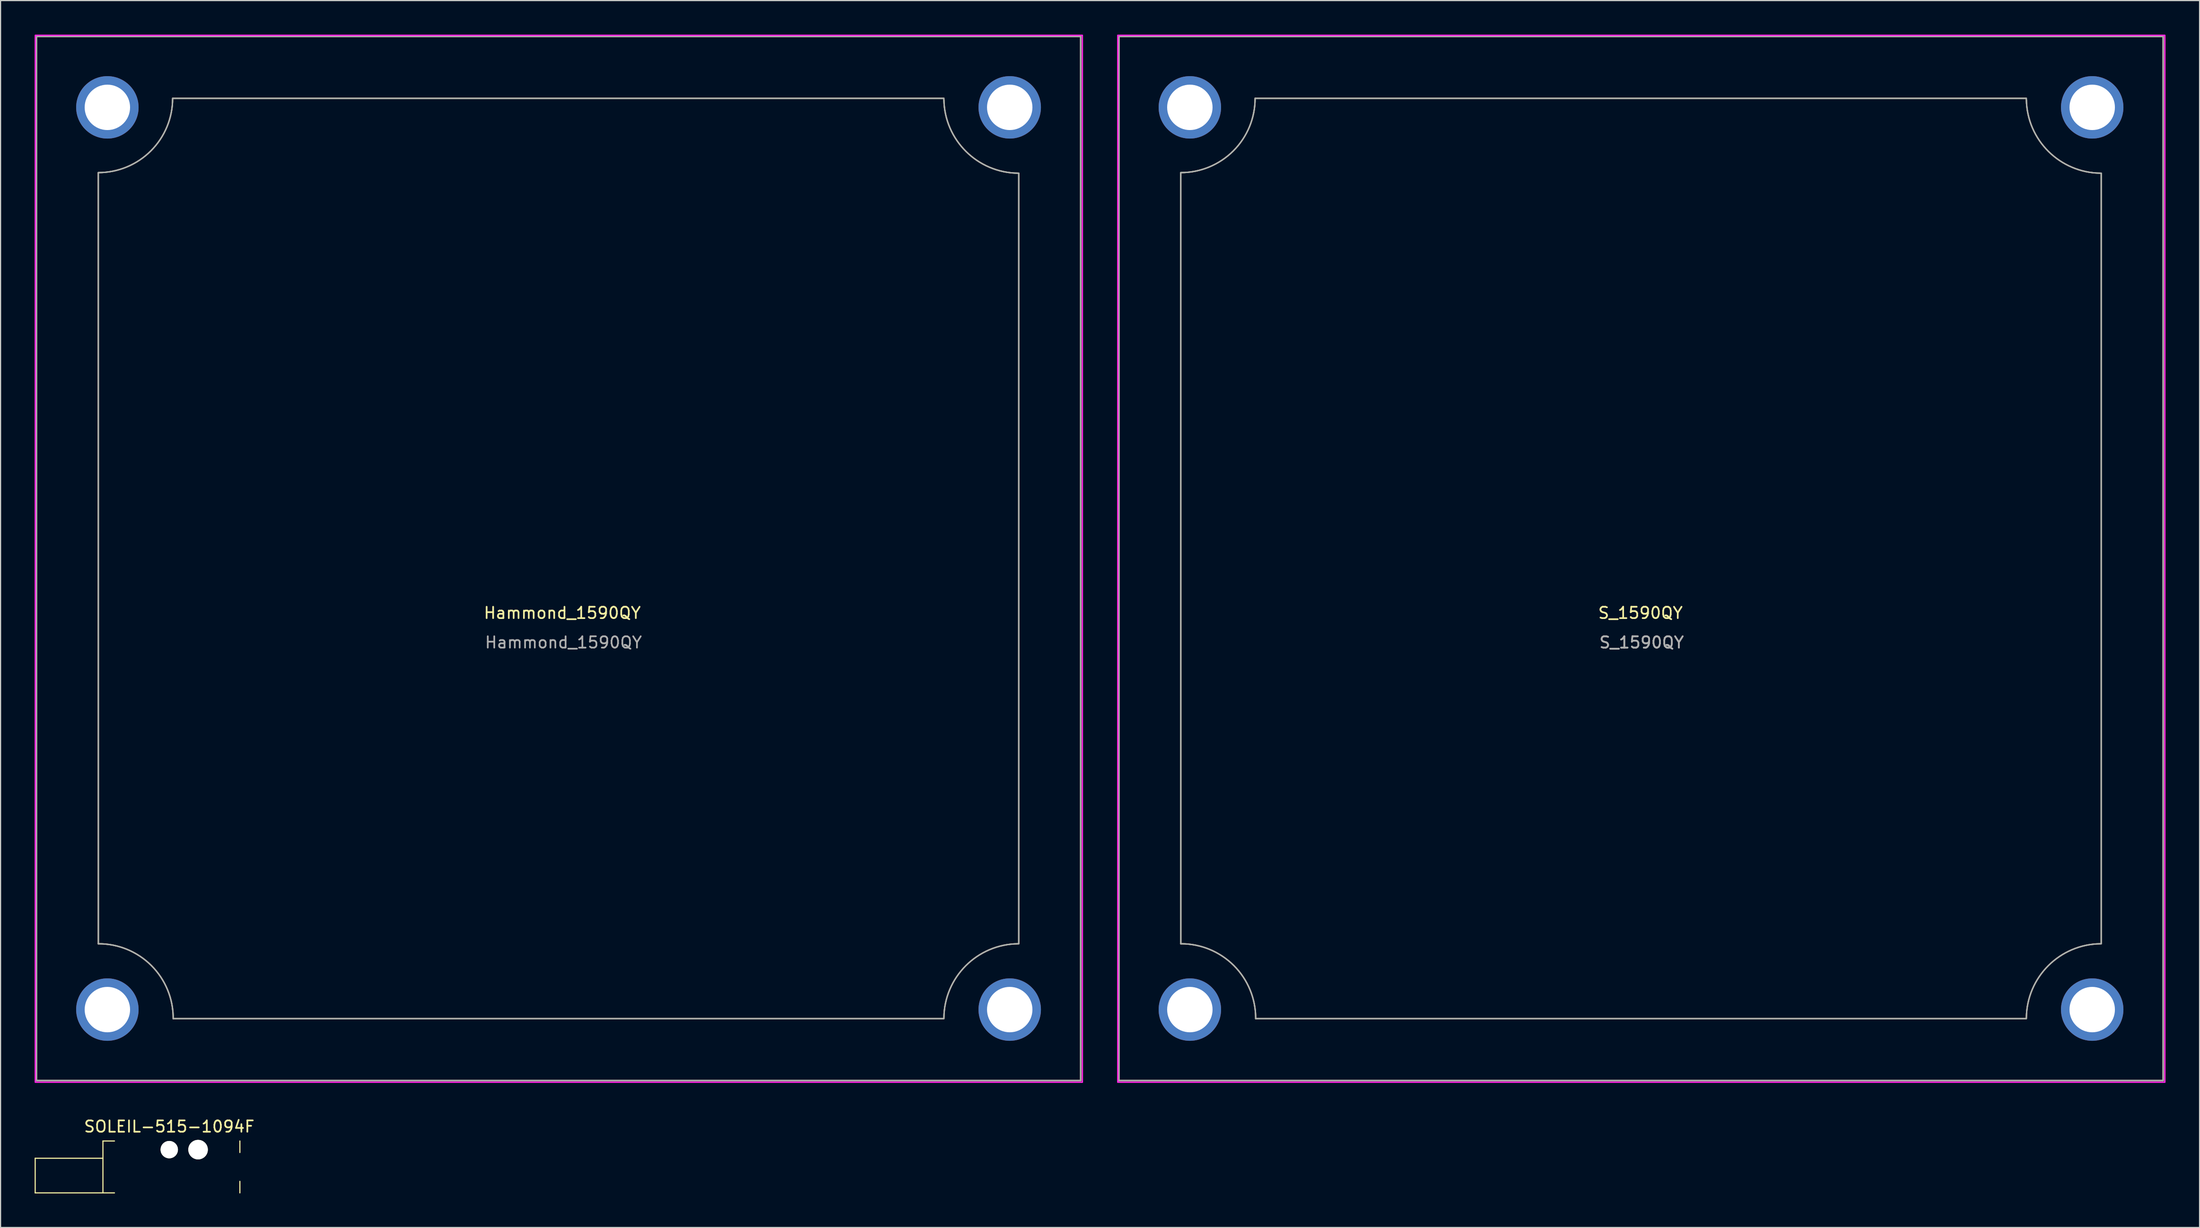
<source format=kicad_pcb>
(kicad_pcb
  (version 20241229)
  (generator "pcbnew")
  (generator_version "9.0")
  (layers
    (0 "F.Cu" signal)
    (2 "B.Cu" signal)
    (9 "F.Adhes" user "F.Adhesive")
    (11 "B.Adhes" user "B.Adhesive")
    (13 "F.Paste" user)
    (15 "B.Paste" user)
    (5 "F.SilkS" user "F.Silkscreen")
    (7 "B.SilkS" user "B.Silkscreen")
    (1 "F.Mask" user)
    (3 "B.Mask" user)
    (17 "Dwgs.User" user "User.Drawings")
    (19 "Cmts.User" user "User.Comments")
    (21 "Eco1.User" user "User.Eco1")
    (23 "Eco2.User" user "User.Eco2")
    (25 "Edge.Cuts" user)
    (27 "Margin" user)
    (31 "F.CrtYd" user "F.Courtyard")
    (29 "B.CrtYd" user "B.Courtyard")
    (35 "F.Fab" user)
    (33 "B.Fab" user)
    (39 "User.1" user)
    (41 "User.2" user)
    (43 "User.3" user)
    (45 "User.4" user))
  (footprint " Hammond_1590QY"
    (layer "F.Cu")
    (at 46.16 46.16)
    (property "Reference" " Hammond_1590QY" (at -0.05 4.8 0) (layer "F.SilkS") (effects (font (size 1 1) (thickness 0.15))))
    (attr through_hole)
    (fp_line (start -46 -46) (end -46 46) (stroke (width 0.12) (type solid)) (layer "F.SilkS"))
    (fp_line (start -46 -46) (end 46 -46) (stroke (width 0.12) (type solid)) (layer "F.SilkS"))
    (fp_line (start -40.55 -33.95) (end -40.545 33.95) (stroke (width 0.12) (type solid)) (layer "F.SilkS"))
    (fp_line (start -33.95 -40.545) (end 33.95 -40.545) (stroke (width 0.12) (type solid)) (layer "F.SilkS"))
    (fp_line (start 33.95 40.545) (end -33.95 40.545) (stroke (width 0.12) (type solid)) (layer "F.SilkS"))
    (fp_line (start 40.545 -33.95) (end 40.545 33.95) (stroke (width 0.12) (type solid)) (layer "F.SilkS"))
    (fp_line (start 46 46) (end -46 46) (stroke (width 0.12) (type solid)) (layer "F.SilkS"))
    (fp_line (start 46 46) (end 46 -46) (stroke (width 0.12) (type solid)) (layer "F.SilkS"))
    (fp_arc (start -40.545 33.95) (mid -35.872245 35.872245) (end -33.95 40.545) (stroke (width 0.12) (type solid)) (layer "F.SilkS"))
    (fp_arc (start -34.000001 -40.55) (mid -35.916985 -35.916985) (end -40.55 -34.000001) (stroke (width 0.12) (type solid)) (layer "F.SilkS"))
    (fp_arc (start 33.950001 40.5) (mid 35.881523 35.881523) (end 40.5 33.950001) (stroke (width 0.12) (type solid)) (layer "F.SilkS"))
    (fp_arc (start 40.499307 -33.949929) (mid 35.898771 -35.864039) (end 33.95 -40.45) (stroke (width 0.12) (type solid)) (layer "F.SilkS"))
    (fp_rect (start -46.1 -46.1) (end 46.15 46.15) (stroke (width 0.12) (type solid)) (fill no) (layer "F.CrtYd"))
    (fp_line (start -46 -46) (end -46 46) (stroke (width 0.12) (type solid)) (layer "F.Fab"))
    (fp_line (start -46 -46) (end 46 -46) (stroke (width 0.12) (type solid)) (layer "F.Fab"))
    (fp_line (start -40.55 -33.95) (end -40.545 33.95) (stroke (width 0.12) (type solid)) (layer "F.Fab"))
    (fp_line (start -33.95 -40.545) (end 33.95 -40.545) (stroke (width 0.12) (type solid)) (layer "F.Fab"))
    (fp_line (start 33.95 40.545) (end -33.95 40.545) (stroke (width 0.12) (type solid)) (layer "F.Fab"))
    (fp_line (start 40.545 -33.95) (end 40.545 33.95) (stroke (width 0.12) (type solid)) (layer "F.Fab"))
    (fp_line (start 46 46) (end -46 46) (stroke (width 0.12) (type solid)) (layer "F.Fab"))
    (fp_line (start 46 46) (end 46 -46) (stroke (width 0.12) (type solid)) (layer "F.Fab"))
    (fp_arc (start -40.545 33.95) (mid -35.871506 35.871506) (end -33.95 40.545) (stroke (width 0.12) (type solid)) (layer "F.Fab"))
    (fp_arc (start -34.000001 -40.55) (mid -35.916776 -35.916778) (end -40.549998 -34.000003) (stroke (width 0.12) (type solid)) (layer "F.Fab"))
    (fp_arc (start 33.950001 40.5) (mid 35.881825 35.881827) (end 40.499998 33.950003) (stroke (width 0.12) (type solid)) (layer "F.Fab"))
    (fp_arc (start 40.499306 -33.949927) (mid 35.898338 -35.863602) (end 33.95 -40.45) (stroke (width 0.12) (type solid)) (layer "F.Fab"))
    (fp_text user "${REFERENCE}" (at 0.05 7.4 0) (layer "F.Fab") (effects (font (size 1 1) (thickness 0.15))))
    (pad "1" thru_hole circle (at -39.75 -39.75) (size 5.5 5.5) (drill 4) (layers "*.Cu" "*.Mask"))
    (pad "2" thru_hole circle (at -39.75 39.75) (size 5.5 5.5) (drill 4) (layers "*.Cu" "*.Mask"))
    (pad "3" thru_hole circle (at 39.75 39.75) (size 5.5 5.5) (drill 4) (layers "*.Cu" "*.Mask"))
    (pad "4" thru_hole circle (at 39.75 -39.75) (size 5.5 5.5) (drill 4) (layers "*.Cu" "*.Mask")))
  (footprint "SOLEIL-515-1094F"
    (layer "F.Cu")
    (at 11.861 98.25)
    (property "Reference" "SOLEIL-515-1094F" (at 0 -2.032 0) (layer "F.SilkS") (effects (font (size 1 1) (thickness 0.15))))
    (attr through_hole)
    (fp_line (start -11.811 0.762) (end -5.842 0.762) (stroke (width 0.1) (type solid)) (layer "F.SilkS"))
    (fp_line (start -11.811 3.81) (end -11.811 0.762) (stroke (width 0.1) (type solid)) (layer "F.SilkS"))
    (fp_line (start -11.811 3.81) (end -4.826 3.81) (stroke (width 0.1) (type solid)) (layer "F.SilkS"))
    (fp_line (start -5.842 -0.762) (end -4.826 -0.762) (stroke (width 0.1) (type solid)) (layer "F.SilkS"))
    (fp_line (start -5.842 3.81) (end -5.842 -0.762) (stroke (width 0.1) (type solid)) (layer "F.SilkS"))
    (fp_line (start 6.223 -0.762) (end 6.223 0.254) (stroke (width 0.1) (type solid)) (layer "F.SilkS"))
    (fp_line (start 6.223 3.81) (end 6.223 2.794) (stroke (width 0.1) (type solid)) (layer "F.SilkS"))
    (pad "" np_thru_hole circle (at 0 0) (size 1.529 1.529) (drill 1.529) (layers "*.Cu" "*.Mask" "F.SilkS"))
    (pad "" np_thru_hole circle (at 2.54 0) (size 1.72 1.72) (drill 1.72) (layers "*.Cu" "*.Mask" "F.SilkS")))
  (footprint "S_1590QY"
    (layer "F.Cu")
    (at 141.53 46.16)
    (property "Reference" "S_1590QY" (at -0.05 4.8 0) (layer "F.SilkS") (effects (font (size 1 1) (thickness 0.15))))
    (attr through_hole)
    (fp_line (start -46 -46) (end -46 46) (stroke (width 0.12) (type solid)) (layer "F.SilkS"))
    (fp_line (start -46 -46) (end 46 -46) (stroke (width 0.12) (type solid)) (layer "F.SilkS"))
    (fp_line (start -40.55 -33.95) (end -40.545 33.95) (stroke (width 0.12) (type solid)) (layer "F.SilkS"))
    (fp_line (start -33.95 -40.545) (end 33.95 -40.545) (stroke (width 0.12) (type solid)) (layer "F.SilkS"))
    (fp_line (start 33.95 40.545) (end -33.95 40.545) (stroke (width 0.12) (type solid)) (layer "F.SilkS"))
    (fp_line (start 40.545 -33.95) (end 40.545 33.95) (stroke (width 0.12) (type solid)) (layer "F.SilkS"))
    (fp_line (start 46 46) (end -46 46) (stroke (width 0.12) (type solid)) (layer "F.SilkS"))
    (fp_line (start 46 46) (end 46 -46) (stroke (width 0.12) (type solid)) (layer "F.SilkS"))
    (fp_arc (start -40.545 33.95) (mid -35.872245 35.872245) (end -33.95 40.545) (stroke (width 0.12) (type solid)) (layer "F.SilkS"))
    (fp_arc (start -34.000001 -40.55) (mid -35.916985 -35.916985) (end -40.55 -34.000001) (stroke (width 0.12) (type solid)) (layer "F.SilkS"))
    (fp_arc (start 33.950001 40.5) (mid 35.881523 35.881523) (end 40.5 33.950001) (stroke (width 0.12) (type solid)) (layer "F.SilkS"))
    (fp_arc (start 40.499307 -33.949929) (mid 35.898771 -35.864039) (end 33.95 -40.45) (stroke (width 0.12) (type solid)) (layer "F.SilkS"))
    (fp_rect (start -46.1 -46.1) (end 46.15 46.15) (stroke (width 0.12) (type solid)) (fill no) (layer "F.CrtYd"))
    (fp_line (start -46 -46) (end -46 46) (stroke (width 0.12) (type solid)) (layer "F.Fab"))
    (fp_line (start -46 -46) (end 46 -46) (stroke (width 0.12) (type solid)) (layer "F.Fab"))
    (fp_line (start -40.55 -33.95) (end -40.545 33.95) (stroke (width 0.12) (type solid)) (layer "F.Fab"))
    (fp_line (start -33.95 -40.545) (end 33.95 -40.545) (stroke (width 0.12) (type solid)) (layer "F.Fab"))
    (fp_line (start 33.95 40.545) (end -33.95 40.545) (stroke (width 0.12) (type solid)) (layer "F.Fab"))
    (fp_line (start 40.545 -33.95) (end 40.545 33.95) (stroke (width 0.12) (type solid)) (layer "F.Fab"))
    (fp_line (start 46 46) (end -46 46) (stroke (width 0.12) (type solid)) (layer "F.Fab"))
    (fp_line (start 46 46) (end 46 -46) (stroke (width 0.12) (type solid)) (layer "F.Fab"))
    (fp_arc (start -40.545 33.95) (mid -35.871506 35.871506) (end -33.95 40.545) (stroke (width 0.12) (type solid)) (layer "F.Fab"))
    (fp_arc (start -34.000001 -40.55) (mid -35.916776 -35.916778) (end -40.549998 -34.000003) (stroke (width 0.12) (type solid)) (layer "F.Fab"))
    (fp_arc (start 33.950001 40.5) (mid 35.881825 35.881827) (end 40.499998 33.950003) (stroke (width 0.12) (type solid)) (layer "F.Fab"))
    (fp_arc (start 40.499306 -33.949927) (mid 35.898338 -35.863602) (end 33.95 -40.45) (stroke (width 0.12) (type solid)) (layer "F.Fab"))
    (fp_text user "${REFERENCE}" (at 0.05 7.4 0) (layer "F.Fab") (effects (font (size 1 1) (thickness 0.15))))
    (fp_text user "${REFERENCE}" (at 0.05 7.4 0) (layer "F.Fab") (effects (font (size 1 1) (thickness 0.15))))
    (pad "1" thru_hole circle (at -39.75 -39.75) (size 5.5 5.5) (drill 4) (layers "*.Cu" "*.Mask"))
    (pad "2" thru_hole circle (at -39.75 39.75) (size 5.5 5.5) (drill 4) (layers "*.Cu" "*.Mask"))
    (pad "3" thru_hole circle (at 39.75 39.75) (size 5.5 5.5) (drill 4) (layers "*.Cu" "*.Mask"))
    (pad "4" thru_hole circle (at 39.75 -39.75) (size 5.5 5.5) (drill 4) (layers "*.Cu" "*.Mask")))
  (gr_rect
    (start -3 -3)
    (end 190.74 105.11)
    (stroke (width 0.1) (type default))
    (fill no)
    (layer "Edge.Cuts")))
</source>
